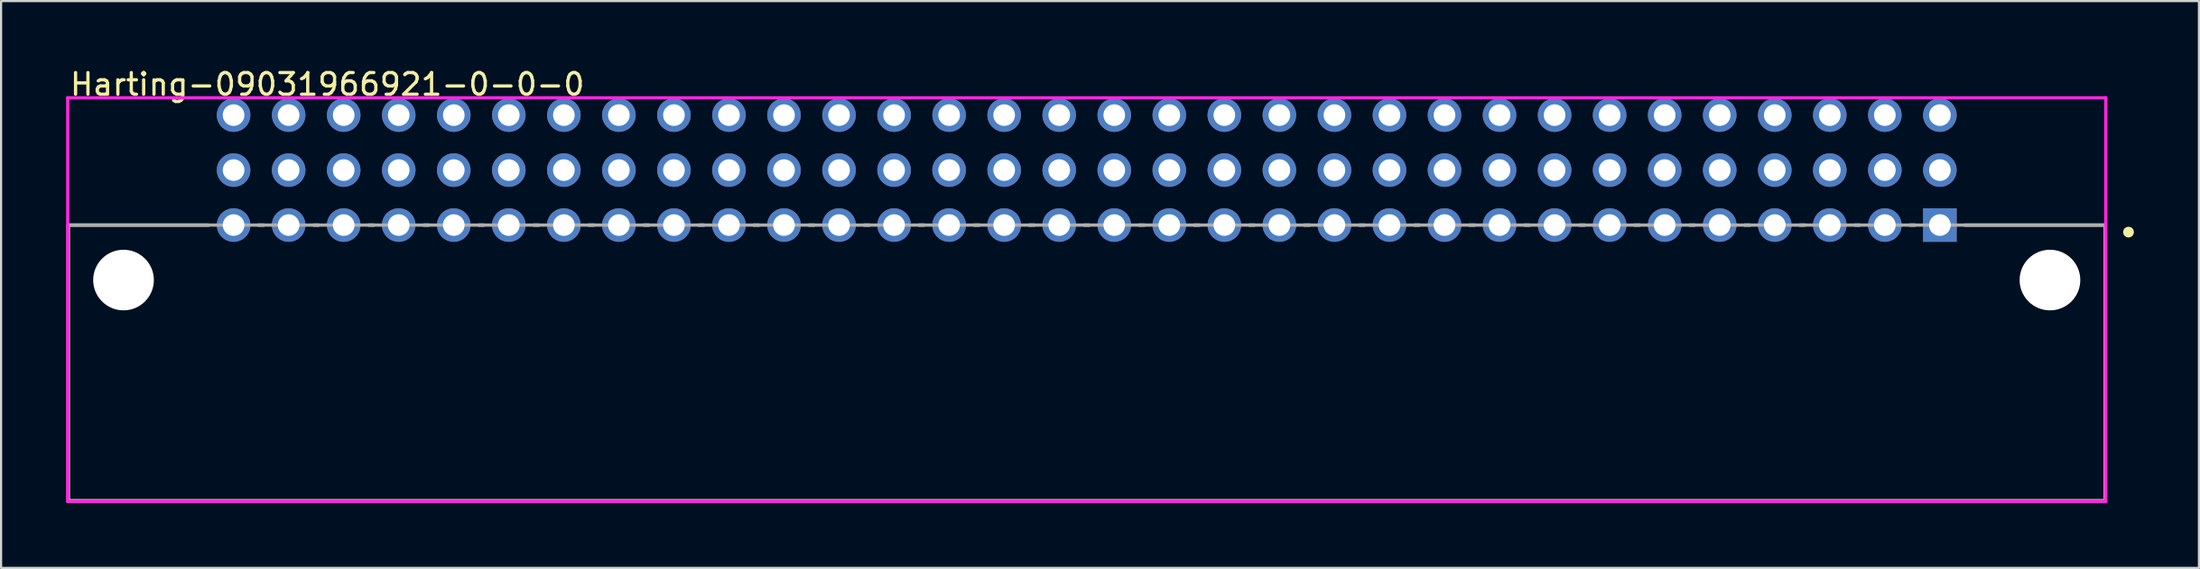
<source format=kicad_pcb>
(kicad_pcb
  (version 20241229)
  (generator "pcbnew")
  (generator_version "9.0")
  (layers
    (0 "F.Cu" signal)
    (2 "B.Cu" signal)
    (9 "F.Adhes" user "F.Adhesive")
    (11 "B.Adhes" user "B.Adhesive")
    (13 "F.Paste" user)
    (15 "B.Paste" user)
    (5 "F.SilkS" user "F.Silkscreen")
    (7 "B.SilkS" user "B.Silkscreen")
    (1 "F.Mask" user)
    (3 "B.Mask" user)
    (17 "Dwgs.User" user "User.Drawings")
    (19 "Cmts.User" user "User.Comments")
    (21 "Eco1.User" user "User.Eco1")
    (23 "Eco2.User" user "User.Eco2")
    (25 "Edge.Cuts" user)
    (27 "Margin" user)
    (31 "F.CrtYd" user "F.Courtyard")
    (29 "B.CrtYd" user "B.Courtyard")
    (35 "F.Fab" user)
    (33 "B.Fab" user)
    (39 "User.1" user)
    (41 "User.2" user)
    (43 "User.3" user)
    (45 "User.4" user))
  (footprint "Harting-09031966921-0-0-0"
    (layer "F.Cu")
    (at 47.1 13.668)
    (property "Reference" "Harting-09031966921-0-0-0" (at -47 -12.82 0) (layer "F.SilkS") (effects (font (size 1 1) (thickness 0.15)) (justify left)))
    (attr through_hole)
    (fp_line (start -47 -6.32) (end -40.52 -6.32) (stroke (width 0.15) (type solid)) (layer "F.SilkS"))
    (fp_line (start -47 6.42) (end -47 -6.32) (stroke (width 0.15) (type solid)) (layer "F.SilkS"))
    (fp_line (start -47 6.42) (end 47 6.42) (stroke (width 0.15) (type solid)) (layer "F.SilkS"))
    (fp_line (start -38.22 -6.32) (end -37.98 -6.32) (stroke (width 0.15) (type solid)) (layer "F.SilkS"))
    (fp_line (start -35.68 -6.32) (end -35.44 -6.32) (stroke (width 0.15) (type solid)) (layer "F.SilkS"))
    (fp_line (start -33.14 -6.32) (end -32.9 -6.32) (stroke (width 0.15) (type solid)) (layer "F.SilkS"))
    (fp_line (start -30.6 -6.32) (end -30.36 -6.32) (stroke (width 0.15) (type solid)) (layer "F.SilkS"))
    (fp_line (start -28.06 -6.32) (end -27.82 -6.32) (stroke (width 0.15) (type solid)) (layer "F.SilkS"))
    (fp_line (start -25.52 -6.32) (end -25.28 -6.32) (stroke (width 0.15) (type solid)) (layer "F.SilkS"))
    (fp_line (start -22.98 -6.32) (end -22.74 -6.32) (stroke (width 0.15) (type solid)) (layer "F.SilkS"))
    (fp_line (start -20.44 -6.32) (end -20.2 -6.32) (stroke (width 0.15) (type solid)) (layer "F.SilkS"))
    (fp_line (start -17.9 -6.32) (end -17.66 -6.32) (stroke (width 0.15) (type solid)) (layer "F.SilkS"))
    (fp_line (start -15.36 -6.32) (end -15.12 -6.32) (stroke (width 0.15) (type solid)) (layer "F.SilkS"))
    (fp_line (start -12.82 -6.32) (end -12.58 -6.32) (stroke (width 0.15) (type solid)) (layer "F.SilkS"))
    (fp_line (start -10.28 -6.32) (end -10.04 -6.32) (stroke (width 0.15) (type solid)) (layer "F.SilkS"))
    (fp_line (start -7.74 -6.32) (end -7.5 -6.32) (stroke (width 0.15) (type solid)) (layer "F.SilkS"))
    (fp_line (start -5.2 -6.32) (end -4.96 -6.32) (stroke (width 0.15) (type solid)) (layer "F.SilkS"))
    (fp_line (start -2.66 -6.32) (end -2.42 -6.32) (stroke (width 0.15) (type solid)) (layer "F.SilkS"))
    (fp_line (start -0.12 -6.32) (end 0.12 -6.32) (stroke (width 0.15) (type solid)) (layer "F.SilkS"))
    (fp_line (start 2.42 -6.32) (end 2.66 -6.32) (stroke (width 0.15) (type solid)) (layer "F.SilkS"))
    (fp_line (start 4.96 -6.32) (end 5.2 -6.32) (stroke (width 0.15) (type solid)) (layer "F.SilkS"))
    (fp_line (start 7.5 -6.32) (end 7.74 -6.32) (stroke (width 0.15) (type solid)) (layer "F.SilkS"))
    (fp_line (start 10.04 -6.32) (end 10.28 -6.32) (stroke (width 0.15) (type solid)) (layer "F.SilkS"))
    (fp_line (start 12.58 -6.32) (end 12.82 -6.32) (stroke (width 0.15) (type solid)) (layer "F.SilkS"))
    (fp_line (start 15.12 -6.32) (end 15.36 -6.32) (stroke (width 0.15) (type solid)) (layer "F.SilkS"))
    (fp_line (start 17.66 -6.32) (end 17.9 -6.32) (stroke (width 0.15) (type solid)) (layer "F.SilkS"))
    (fp_line (start 20.2 -6.32) (end 20.44 -6.32) (stroke (width 0.15) (type solid)) (layer "F.SilkS"))
    (fp_line (start 22.74 -6.32) (end 22.98 -6.32) (stroke (width 0.15) (type solid)) (layer "F.SilkS"))
    (fp_line (start 25.28 -6.32) (end 25.52 -6.32) (stroke (width 0.15) (type solid)) (layer "F.SilkS"))
    (fp_line (start 27.82 -6.32) (end 28.06 -6.32) (stroke (width 0.15) (type solid)) (layer "F.SilkS"))
    (fp_line (start 30.36 -6.32) (end 30.6 -6.32) (stroke (width 0.15) (type solid)) (layer "F.SilkS"))
    (fp_line (start 32.9 -6.32) (end 33.14 -6.32) (stroke (width 0.15) (type solid)) (layer "F.SilkS"))
    (fp_line (start 35.44 -6.32) (end 35.68 -6.32) (stroke (width 0.15) (type solid)) (layer "F.SilkS"))
    (fp_line (start 37.98 -6.32) (end 38.22 -6.32) (stroke (width 0.15) (type solid)) (layer "F.SilkS"))
    (fp_line (start 40.52 -6.32) (end 47 -6.32) (stroke (width 0.15) (type solid)) (layer "F.SilkS"))
    (fp_line (start 47 6.42) (end 47 -6.32) (stroke (width 0.15) (type solid)) (layer "F.SilkS"))
    (fp_circle (center 48.075 -5.995) (end 48.2 -5.995) (stroke (width 0.25) (type solid)) (fill no) (layer "F.SilkS"))
    (fp_line (start -47.025 -12.2) (end -47.025 6.445) (stroke (width 0.15) (type solid)) (layer "F.CrtYd"))
    (fp_line (start -47.025 6.445) (end 47.025 6.445) (stroke (width 0.15) (type solid)) (layer "F.CrtYd"))
    (fp_line (start 47.025 -12.2) (end -47.025 -12.2) (stroke (width 0.15) (type solid)) (layer "F.CrtYd"))
    (fp_line (start 47.025 -12.2) (end 47.025 -12.2) (stroke (width 0.15) (type solid)) (layer "F.CrtYd"))
    (fp_line (start 47.025 6.445) (end 47.025 -12.2) (stroke (width 0.15) (type solid)) (layer "F.CrtYd"))
    (fp_line (start -47 -6.32) (end 47 -6.32) (stroke (width 0.15) (type solid)) (layer "F.Fab"))
    (fp_line (start -47 6.42) (end -47 -6.32) (stroke (width 0.15) (type solid)) (layer "F.Fab"))
    (fp_line (start 47 -6.32) (end 47 6.42) (stroke (width 0.15) (type solid)) (layer "F.Fab"))
    (fp_line (start 47 6.42) (end -47 6.42) (stroke (width 0.15) (type solid)) (layer "F.Fab"))
    (pad "" np_thru_hole circle (at -44.45 -3.78) (size 2.8 2.8) (drill 2.8) (layers "*.Cu" "*.Mask"))
    (pad "" np_thru_hole circle (at 44.45 -3.78) (size 2.8 2.8) (drill 2.8) (layers "*.Cu" "*.Mask"))
    (pad "1" thru_hole rect (at 39.37 -6.32) (size 1.55 1.55) (drill 1) (layers "*.Cu" "*.Mask"))
    (pad "2" thru_hole circle (at 39.37 -8.86) (size 1.55 1.55) (drill 1) (layers "*.Cu" "*.Mask"))
    (pad "3" thru_hole circle (at 39.37 -11.4) (size 1.55 1.55) (drill 1) (layers "*.Cu" "*.Mask"))
    (pad "4" thru_hole circle (at 36.83 -6.32) (size 1.55 1.55) (drill 1) (layers "*.Cu" "*.Mask"))
    (pad "5" thru_hole circle (at 36.83 -8.86) (size 1.55 1.55) (drill 1) (layers "*.Cu" "*.Mask"))
    (pad "6" thru_hole circle (at 36.83 -11.4) (size 1.55 1.55) (drill 1) (layers "*.Cu" "*.Mask"))
    (pad "7" thru_hole circle (at 34.29 -6.32) (size 1.55 1.55) (drill 1) (layers "*.Cu" "*.Mask"))
    (pad "8" thru_hole circle (at 34.29 -8.86) (size 1.55 1.55) (drill 1) (layers "*.Cu" "*.Mask"))
    (pad "9" thru_hole circle (at 34.29 -11.4) (size 1.55 1.55) (drill 1) (layers "*.Cu" "*.Mask"))
    (pad "10" thru_hole circle (at 31.75 -6.32) (size 1.55 1.55) (drill 1) (layers "*.Cu" "*.Mask"))
    (pad "11" thru_hole circle (at 31.75 -8.86) (size 1.55 1.55) (drill 1) (layers "*.Cu" "*.Mask"))
    (pad "12" thru_hole circle (at 31.75 -11.4) (size 1.55 1.55) (drill 1) (layers "*.Cu" "*.Mask"))
    (pad "13" thru_hole circle (at 29.21 -6.32) (size 1.55 1.55) (drill 1) (layers "*.Cu" "*.Mask"))
    (pad "14" thru_hole circle (at 29.21 -8.86) (size 1.55 1.55) (drill 1) (layers "*.Cu" "*.Mask"))
    (pad "15" thru_hole circle (at 29.21 -11.4) (size 1.55 1.55) (drill 1) (layers "*.Cu" "*.Mask"))
    (pad "16" thru_hole circle (at 26.67 -6.32) (size 1.55 1.55) (drill 1) (layers "*.Cu" "*.Mask"))
    (pad "17" thru_hole circle (at 26.67 -8.86) (size 1.55 1.55) (drill 1) (layers "*.Cu" "*.Mask"))
    (pad "18" thru_hole circle (at 26.67 -11.4) (size 1.55 1.55) (drill 1) (layers "*.Cu" "*.Mask"))
    (pad "19" thru_hole circle (at 24.13 -6.32) (size 1.55 1.55) (drill 1) (layers "*.Cu" "*.Mask"))
    (pad "20" thru_hole circle (at 24.13 -8.86) (size 1.55 1.55) (drill 1) (layers "*.Cu" "*.Mask"))
    (pad "21" thru_hole circle (at 24.13 -11.4) (size 1.55 1.55) (drill 1) (layers "*.Cu" "*.Mask"))
    (pad "22" thru_hole circle (at 21.59 -6.32) (size 1.55 1.55) (drill 1) (layers "*.Cu" "*.Mask"))
    (pad "23" thru_hole circle (at 21.59 -8.86) (size 1.55 1.55) (drill 1) (layers "*.Cu" "*.Mask"))
    (pad "24" thru_hole circle (at 21.59 -11.4) (size 1.55 1.55) (drill 1) (layers "*.Cu" "*.Mask"))
    (pad "25" thru_hole circle (at 19.05 -6.32) (size 1.55 1.55) (drill 1) (layers "*.Cu" "*.Mask"))
    (pad "26" thru_hole circle (at 19.05 -8.86) (size 1.55 1.55) (drill 1) (layers "*.Cu" "*.Mask"))
    (pad "27" thru_hole circle (at 19.05 -11.4) (size 1.55 1.55) (drill 1) (layers "*.Cu" "*.Mask"))
    (pad "28" thru_hole circle (at 16.51 -6.32) (size 1.55 1.55) (drill 1) (layers "*.Cu" "*.Mask"))
    (pad "29" thru_hole circle (at 16.51 -8.86) (size 1.55 1.55) (drill 1) (layers "*.Cu" "*.Mask"))
    (pad "30" thru_hole circle (at 16.51 -11.4) (size 1.55 1.55) (drill 1) (layers "*.Cu" "*.Mask"))
    (pad "31" thru_hole circle (at 13.97 -6.32) (size 1.55 1.55) (drill 1) (layers "*.Cu" "*.Mask"))
    (pad "32" thru_hole circle (at 13.97 -8.86) (size 1.55 1.55) (drill 1) (layers "*.Cu" "*.Mask"))
    (pad "33" thru_hole circle (at 13.97 -11.4) (size 1.55 1.55) (drill 1) (layers "*.Cu" "*.Mask"))
    (pad "34" thru_hole circle (at 11.43 -6.32) (size 1.55 1.55) (drill 1) (layers "*.Cu" "*.Mask"))
    (pad "35" thru_hole circle (at 11.43 -8.86) (size 1.55 1.55) (drill 1) (layers "*.Cu" "*.Mask"))
    (pad "36" thru_hole circle (at 11.43 -11.4) (size 1.55 1.55) (drill 1) (layers "*.Cu" "*.Mask"))
    (pad "37" thru_hole circle (at 8.89 -6.32) (size 1.55 1.55) (drill 1) (layers "*.Cu" "*.Mask"))
    (pad "38" thru_hole circle (at 8.89 -8.86) (size 1.55 1.55) (drill 1) (layers "*.Cu" "*.Mask"))
    (pad "39" thru_hole circle (at 8.89 -11.4) (size 1.55 1.55) (drill 1) (layers "*.Cu" "*.Mask"))
    (pad "40" thru_hole circle (at 6.35 -6.32) (size 1.55 1.55) (drill 1) (layers "*.Cu" "*.Mask"))
    (pad "41" thru_hole circle (at 6.35 -8.86) (size 1.55 1.55) (drill 1) (layers "*.Cu" "*.Mask"))
    (pad "42" thru_hole circle (at 6.35 -11.4) (size 1.55 1.55) (drill 1) (layers "*.Cu" "*.Mask"))
    (pad "43" thru_hole circle (at 3.81 -6.32) (size 1.55 1.55) (drill 1) (layers "*.Cu" "*.Mask"))
    (pad "44" thru_hole circle (at 3.81 -8.86) (size 1.55 1.55) (drill 1) (layers "*.Cu" "*.Mask"))
    (pad "45" thru_hole circle (at 3.81 -11.4) (size 1.55 1.55) (drill 1) (layers "*.Cu" "*.Mask"))
    (pad "46" thru_hole circle (at 1.27 -6.32) (size 1.55 1.55) (drill 1) (layers "*.Cu" "*.Mask"))
    (pad "47" thru_hole circle (at 1.27 -8.86) (size 1.55 1.55) (drill 1) (layers "*.Cu" "*.Mask"))
    (pad "48" thru_hole circle (at 1.27 -11.4) (size 1.55 1.55) (drill 1) (layers "*.Cu" "*.Mask"))
    (pad "49" thru_hole circle (at -1.27 -6.32) (size 1.55 1.55) (drill 1) (layers "*.Cu" "*.Mask"))
    (pad "50" thru_hole circle (at -1.27 -8.86) (size 1.55 1.55) (drill 1) (layers "*.Cu" "*.Mask"))
    (pad "51" thru_hole circle (at -1.27 -11.4) (size 1.55 1.55) (drill 1) (layers "*.Cu" "*.Mask"))
    (pad "52" thru_hole circle (at -3.81 -6.32) (size 1.55 1.55) (drill 1) (layers "*.Cu" "*.Mask"))
    (pad "53" thru_hole circle (at -3.81 -8.86) (size 1.55 1.55) (drill 1) (layers "*.Cu" "*.Mask"))
    (pad "54" thru_hole circle (at -3.81 -11.4) (size 1.55 1.55) (drill 1) (layers "*.Cu" "*.Mask"))
    (pad "55" thru_hole circle (at -6.35 -6.32) (size 1.55 1.55) (drill 1) (layers "*.Cu" "*.Mask"))
    (pad "56" thru_hole circle (at -6.35 -8.86) (size 1.55 1.55) (drill 1) (layers "*.Cu" "*.Mask"))
    (pad "57" thru_hole circle (at -6.35 -11.4) (size 1.55 1.55) (drill 1) (layers "*.Cu" "*.Mask"))
    (pad "58" thru_hole circle (at -8.89 -6.32) (size 1.55 1.55) (drill 1) (layers "*.Cu" "*.Mask"))
    (pad "59" thru_hole circle (at -8.89 -8.86) (size 1.55 1.55) (drill 1) (layers "*.Cu" "*.Mask"))
    (pad "60" thru_hole circle (at -8.89 -11.4) (size 1.55 1.55) (drill 1) (layers "*.Cu" "*.Mask"))
    (pad "61" thru_hole circle (at -11.43 -6.32) (size 1.55 1.55) (drill 1) (layers "*.Cu" "*.Mask"))
    (pad "62" thru_hole circle (at -11.43 -8.86) (size 1.55 1.55) (drill 1) (layers "*.Cu" "*.Mask"))
    (pad "63" thru_hole circle (at -11.43 -11.4) (size 1.55 1.55) (drill 1) (layers "*.Cu" "*.Mask"))
    (pad "64" thru_hole circle (at -13.97 -6.32) (size 1.55 1.55) (drill 1) (layers "*.Cu" "*.Mask"))
    (pad "65" thru_hole circle (at -13.97 -8.86) (size 1.55 1.55) (drill 1) (layers "*.Cu" "*.Mask"))
    (pad "66" thru_hole circle (at -13.97 -11.4) (size 1.55 1.55) (drill 1) (layers "*.Cu" "*.Mask"))
    (pad "67" thru_hole circle (at -16.51 -6.32) (size 1.55 1.55) (drill 1) (layers "*.Cu" "*.Mask"))
    (pad "68" thru_hole circle (at -16.51 -8.86) (size 1.55 1.55) (drill 1) (layers "*.Cu" "*.Mask"))
    (pad "69" thru_hole circle (at -16.51 -11.4) (size 1.55 1.55) (drill 1) (layers "*.Cu" "*.Mask"))
    (pad "70" thru_hole circle (at -19.05 -6.32) (size 1.55 1.55) (drill 1) (layers "*.Cu" "*.Mask"))
    (pad "71" thru_hole circle (at -19.05 -8.86) (size 1.55 1.55) (drill 1) (layers "*.Cu" "*.Mask"))
    (pad "72" thru_hole circle (at -19.05 -11.4) (size 1.55 1.55) (drill 1) (layers "*.Cu" "*.Mask"))
    (pad "73" thru_hole circle (at -21.59 -6.32) (size 1.55 1.55) (drill 1) (layers "*.Cu" "*.Mask"))
    (pad "74" thru_hole circle (at -21.59 -8.86) (size 1.55 1.55) (drill 1) (layers "*.Cu" "*.Mask"))
    (pad "75" thru_hole circle (at -21.59 -11.4) (size 1.55 1.55) (drill 1) (layers "*.Cu" "*.Mask"))
    (pad "76" thru_hole circle (at -24.13 -6.32) (size 1.55 1.55) (drill 1) (layers "*.Cu" "*.Mask"))
    (pad "77" thru_hole circle (at -24.13 -8.86) (size 1.55 1.55) (drill 1) (layers "*.Cu" "*.Mask"))
    (pad "78" thru_hole circle (at -24.13 -11.4) (size 1.55 1.55) (drill 1) (layers "*.Cu" "*.Mask"))
    (pad "79" thru_hole circle (at -26.67 -6.32) (size 1.55 1.55) (drill 1) (layers "*.Cu" "*.Mask"))
    (pad "80" thru_hole circle (at -26.67 -8.86) (size 1.55 1.55) (drill 1) (layers "*.Cu" "*.Mask"))
    (pad "81" thru_hole circle (at -26.67 -11.4) (size 1.55 1.55) (drill 1) (layers "*.Cu" "*.Mask"))
    (pad "82" thru_hole circle (at -29.21 -6.32) (size 1.55 1.55) (drill 1) (layers "*.Cu" "*.Mask"))
    (pad "83" thru_hole circle (at -29.21 -8.86) (size 1.55 1.55) (drill 1) (layers "*.Cu" "*.Mask"))
    (pad "84" thru_hole circle (at -29.21 -11.4) (size 1.55 1.55) (drill 1) (layers "*.Cu" "*.Mask"))
    (pad "85" thru_hole circle (at -31.75 -6.32) (size 1.55 1.55) (drill 1) (layers "*.Cu" "*.Mask"))
    (pad "86" thru_hole circle (at -31.75 -8.86) (size 1.55 1.55) (drill 1) (layers "*.Cu" "*.Mask"))
    (pad "87" thru_hole circle (at -31.75 -11.4) (size 1.55 1.55) (drill 1) (layers "*.Cu" "*.Mask"))
    (pad "88" thru_hole circle (at -34.29 -6.32) (size 1.55 1.55) (drill 1) (layers "*.Cu" "*.Mask"))
    (pad "89" thru_hole circle (at -34.29 -8.86) (size 1.55 1.55) (drill 1) (layers "*.Cu" "*.Mask"))
    (pad "90" thru_hole circle (at -34.29 -11.4) (size 1.55 1.55) (drill 1) (layers "*.Cu" "*.Mask"))
    (pad "91" thru_hole circle (at -36.83 -6.32) (size 1.55 1.55) (drill 1) (layers "*.Cu" "*.Mask"))
    (pad "92" thru_hole circle (at -36.83 -8.86) (size 1.55 1.55) (drill 1) (layers "*.Cu" "*.Mask"))
    (pad "93" thru_hole circle (at -36.83 -11.4) (size 1.55 1.55) (drill 1) (layers "*.Cu" "*.Mask"))
    (pad "94" thru_hole circle (at -39.37 -6.32) (size 1.55 1.55) (drill 1) (layers "*.Cu" "*.Mask"))
    (pad "95" thru_hole circle (at -39.37 -8.86) (size 1.55 1.55) (drill 1) (layers "*.Cu" "*.Mask"))
    (pad "96" thru_hole circle (at -39.37 -11.4) (size 1.55 1.55) (drill 1) (layers "*.Cu" "*.Mask")))
  (gr_rect
    (start -3 -3)
    (end 98.425 23.188)
    (stroke (width 0.1) (type default))
    (fill no)
    (layer "Edge.Cuts")))
</source>
